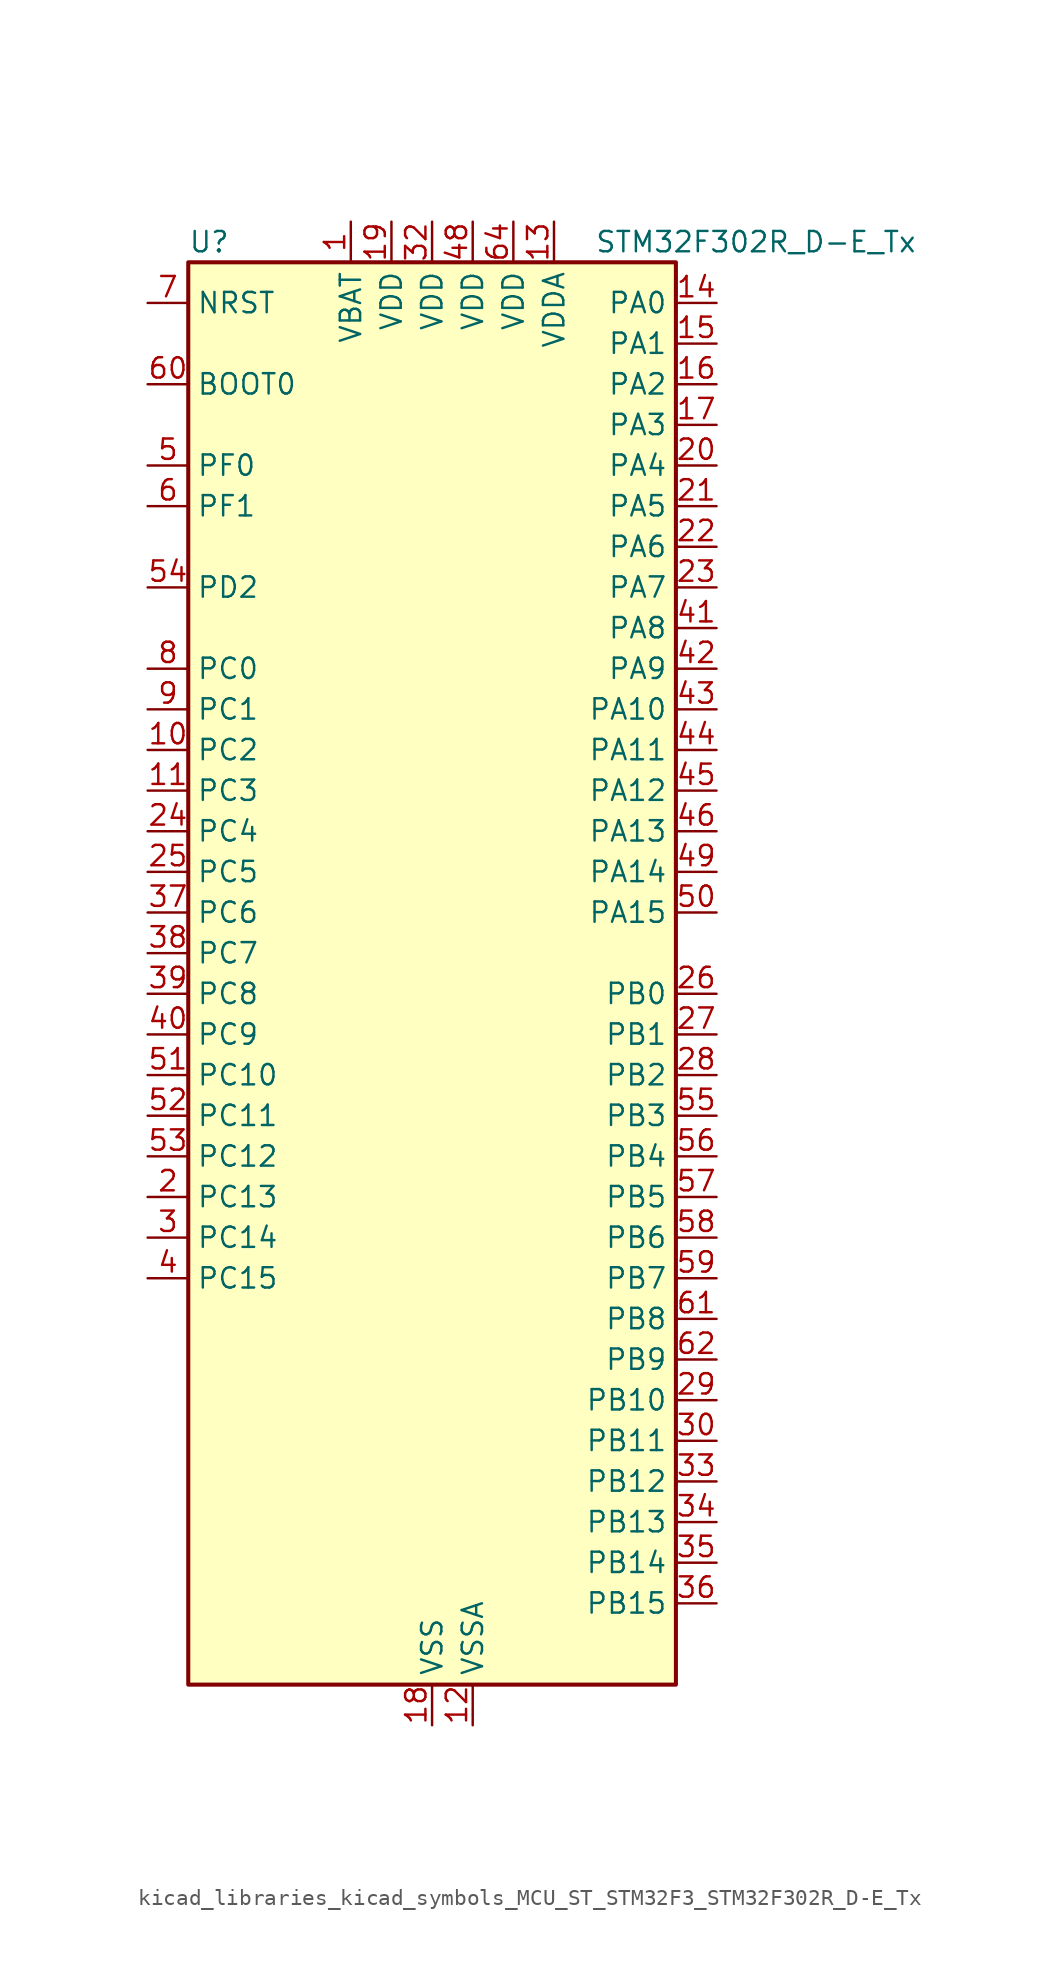
<source format=kicad_sym>
(kicad_symbol_lib
  (version 20220914)
  (generator kicad_symbol_editor)
  (symbol "kicad_libraries_kicad_symbols_MCU_ST_STM32F3_STM32F302R_D-E_Tx"
    (property "Reference" "U"
      (at -15.24 46.99 0)
      (effects (font (size 1.27 1.27)) (justify left)))
    (property "Value" "STM32F302R_D-E_Tx"
      (at 10.16 46.99 0)
      (effects (font (size 1.27 1.27)) (justify left)))
    (property "ki_locked" ""
      (at 0 0 0)
      (effects (font (size 1.27 1.27))))
    (symbol "kicad_libraries_kicad_symbols_MCU_ST_STM32F3_STM32F302R_D-E_Tx_0_1"
      (rectangle (start -15.24 -43.18) (end 15.24 45.72) (stroke (width 0.254) (type default)) (fill (type background))))
    (symbol "kicad_libraries_kicad_symbols_MCU_ST_STM32F3_STM32F302R_D-E_Tx_1_1"
      (pin power_in line (at -5.08 48.26 270) (length 2.54) (name "VBAT" (effects (font (size 1.27 1.27)))) (number "1" (effects (font (size 1.27 1.27)))))
      (pin bidirectional line (at -17.78 15.24 0) (length 2.54) (name "PC2" (effects (font (size 1.27 1.27)))) (number "10" (effects (font (size 1.27 1.27)))) (alternate "ADC1_IN8" bidirectional line) (alternate "ADC2_IN8" bidirectional line) (alternate "TIM1_CH3" bidirectional line))
      (pin bidirectional line (at -17.78 12.7 0) (length 2.54) (name "PC3" (effects (font (size 1.27 1.27)))) (number "11" (effects (font (size 1.27 1.27)))) (alternate "ADC1_IN9" bidirectional line) (alternate "ADC2_IN9" bidirectional line) (alternate "TIM1_BKIN2" bidirectional line) (alternate "TIM1_CH4" bidirectional line))
      (pin power_in line (at 2.54 -45.72 90) (length 2.54) (name "VSSA" (effects (font (size 1.27 1.27)))) (number "12" (effects (font (size 1.27 1.27)))))
      (pin power_in line (at 7.62 48.26 270) (length 2.54) (name "VDDA" (effects (font (size 1.27 1.27)))) (number "13" (effects (font (size 1.27 1.27)))))
      (pin bidirectional line (at 17.78 43.18 180) (length 2.54) (name "PA0" (effects (font (size 1.27 1.27)))) (number "14" (effects (font (size 1.27 1.27)))) (alternate "ADC1_IN1" bidirectional line) (alternate "COMP1_INM" bidirectional line) (alternate "COMP1_OUT" bidirectional line) (alternate "RTC_TAMP2" bidirectional line) (alternate "SYS_WKUP1" bidirectional line) (alternate "TIM2_CH1" bidirectional line) (alternate "TIM2_ETR" bidirectional line) (alternate "TSC_G1_IO1" bidirectional line) (alternate "USART2_CTS" bidirectional line))
      (pin bidirectional line (at 17.78 40.64 180) (length 2.54) (name "PA1" (effects (font (size 1.27 1.27)))) (number "15" (effects (font (size 1.27 1.27)))) (alternate "ADC1_IN2" bidirectional line) (alternate "COMP1_INP" bidirectional line) (alternate "OPAMP1_VINP" bidirectional line) (alternate "OPAMP1_VINP_SEC" bidirectional line) (alternate "RTC_REFIN" bidirectional line) (alternate "TIM15_CH1N" bidirectional line) (alternate "TIM2_CH2" bidirectional line) (alternate "TSC_G1_IO2" bidirectional line) (alternate "USART2_DE" bidirectional line) (alternate "USART2_RTS" bidirectional line))
      (pin bidirectional line (at 17.78 38.1 180) (length 2.54) (name "PA2" (effects (font (size 1.27 1.27)))) (number "16" (effects (font (size 1.27 1.27)))) (alternate "ADC1_IN3" bidirectional line) (alternate "COMP2_INM" bidirectional line) (alternate "COMP2_OUT" bidirectional line) (alternate "OPAMP1_VOUT" bidirectional line) (alternate "TIM15_CH1" bidirectional line) (alternate "TIM2_CH3" bidirectional line) (alternate "TSC_G1_IO3" bidirectional line) (alternate "USART2_TX" bidirectional line))
      (pin bidirectional line (at 17.78 35.56 180) (length 2.54) (name "PA3" (effects (font (size 1.27 1.27)))) (number "17" (effects (font (size 1.27 1.27)))) (alternate "ADC1_IN4" bidirectional line) (alternate "OPAMP1_VINM" bidirectional line) (alternate "OPAMP1_VINM_SEC" bidirectional line) (alternate "OPAMP1_VINP" bidirectional line) (alternate "OPAMP1_VINP_SEC" bidirectional line) (alternate "TIM15_CH2" bidirectional line) (alternate "TIM2_CH4" bidirectional line) (alternate "TSC_G1_IO4" bidirectional line) (alternate "USART2_RX" bidirectional line))
      (pin power_in line (at 0 -45.72 90) (length 2.54) (name "VSS" (effects (font (size 1.27 1.27)))) (number "18" (effects (font (size 1.27 1.27)))))
      (pin power_in line (at -2.54 48.26 270) (length 2.54) (name "VDD" (effects (font (size 1.27 1.27)))) (number "19" (effects (font (size 1.27 1.27)))))
      (pin bidirectional line (at -17.78 -12.7 0) (length 2.54) (name "PC13" (effects (font (size 1.27 1.27)))) (number "2" (effects (font (size 1.27 1.27)))) (alternate "RTC_OUT_ALARM" bidirectional line) (alternate "RTC_OUT_CALIB" bidirectional line) (alternate "RTC_TAMP1" bidirectional line) (alternate "RTC_TS" bidirectional line) (alternate "SYS_WKUP2" bidirectional line) (alternate "TIM1_CH1N" bidirectional line))
      (pin bidirectional line (at 17.78 33.02 180) (length 2.54) (name "PA4" (effects (font (size 1.27 1.27)))) (number "20" (effects (font (size 1.27 1.27)))) (alternate "ADC2_IN1" bidirectional line) (alternate "COMP1_INM" bidirectional line) (alternate "COMP2_INM" bidirectional line) (alternate "COMP4_INM" bidirectional line) (alternate "COMP6_INM" bidirectional line) (alternate "DAC1_OUT1" bidirectional line) (alternate "I2S3_WS" bidirectional line) (alternate "SPI1_NSS" bidirectional line) (alternate "SPI3_NSS" bidirectional line) (alternate "TIM3_CH2" bidirectional line) (alternate "TSC_G2_IO1" bidirectional line) (alternate "USART2_CK" bidirectional line))
      (pin bidirectional line (at 17.78 30.48 180) (length 2.54) (name "PA5" (effects (font (size 1.27 1.27)))) (number "21" (effects (font (size 1.27 1.27)))) (alternate "ADC2_IN2" bidirectional line) (alternate "COMP1_INM" bidirectional line) (alternate "COMP2_INM" bidirectional line) (alternate "COMP4_INM" bidirectional line) (alternate "COMP6_INM" bidirectional line) (alternate "OPAMP1_VINP" bidirectional line) (alternate "OPAMP1_VINP_SEC" bidirectional line) (alternate "OPAMP2_VINM" bidirectional line) (alternate "OPAMP2_VINM_SEC" bidirectional line) (alternate "SPI1_SCK" bidirectional line) (alternate "TIM2_CH1" bidirectional line) (alternate "TIM2_ETR" bidirectional line) (alternate "TSC_G2_IO2" bidirectional line))
      (pin bidirectional line (at 17.78 27.94 180) (length 2.54) (name "PA6" (effects (font (size 1.27 1.27)))) (number "22" (effects (font (size 1.27 1.27)))) (alternate "ADC2_IN3" bidirectional line) (alternate "COMP1_OUT" bidirectional line) (alternate "OPAMP2_VOUT" bidirectional line) (alternate "SPI1_MISO" bidirectional line) (alternate "TIM16_CH1" bidirectional line) (alternate "TIM1_BKIN" bidirectional line) (alternate "TIM3_CH1" bidirectional line) (alternate "TSC_G2_IO3" bidirectional line))
      (pin bidirectional line (at 17.78 25.4 180) (length 2.54) (name "PA7" (effects (font (size 1.27 1.27)))) (number "23" (effects (font (size 1.27 1.27)))) (alternate "ADC2_IN4" bidirectional line) (alternate "COMP2_INP" bidirectional line) (alternate "OPAMP1_VINP" bidirectional line) (alternate "OPAMP1_VINP_SEC" bidirectional line) (alternate "OPAMP2_VINP" bidirectional line) (alternate "OPAMP2_VINP_SEC" bidirectional line) (alternate "SPI1_MOSI" bidirectional line) (alternate "TIM17_CH1" bidirectional line) (alternate "TIM1_CH1N" bidirectional line) (alternate "TIM3_CH2" bidirectional line) (alternate "TSC_G2_IO4" bidirectional line))
      (pin bidirectional line (at -17.78 10.16 0) (length 2.54) (name "PC4" (effects (font (size 1.27 1.27)))) (number "24" (effects (font (size 1.27 1.27)))) (alternate "ADC2_IN5" bidirectional line) (alternate "TIM1_ETR" bidirectional line) (alternate "USART1_TX" bidirectional line))
      (pin bidirectional line (at -17.78 7.62 0) (length 2.54) (name "PC5" (effects (font (size 1.27 1.27)))) (number "25" (effects (font (size 1.27 1.27)))) (alternate "ADC2_IN11" bidirectional line) (alternate "OPAMP1_VINM" bidirectional line) (alternate "OPAMP1_VINM_SEC" bidirectional line) (alternate "OPAMP2_VINM" bidirectional line) (alternate "OPAMP2_VINM_SEC" bidirectional line) (alternate "TIM15_BKIN" bidirectional line) (alternate "TSC_G3_IO1" bidirectional line) (alternate "USART1_RX" bidirectional line))
      (pin bidirectional line (at 17.78 0 180) (length 2.54) (name "PB0" (effects (font (size 1.27 1.27)))) (number "26" (effects (font (size 1.27 1.27)))) (alternate "COMP4_INP" bidirectional line) (alternate "OPAMP2_VINP" bidirectional line) (alternate "OPAMP2_VINP_SEC" bidirectional line) (alternate "TIM1_CH2N" bidirectional line) (alternate "TIM3_CH3" bidirectional line) (alternate "TSC_G3_IO2" bidirectional line))
      (pin bidirectional line (at 17.78 -2.54 180) (length 2.54) (name "PB1" (effects (font (size 1.27 1.27)))) (number "27" (effects (font (size 1.27 1.27)))) (alternate "COMP4_OUT" bidirectional line) (alternate "TIM1_CH3N" bidirectional line) (alternate "TIM3_CH4" bidirectional line) (alternate "TSC_G3_IO3" bidirectional line))
      (pin bidirectional line (at 17.78 -5.08 180) (length 2.54) (name "PB2" (effects (font (size 1.27 1.27)))) (number "28" (effects (font (size 1.27 1.27)))) (alternate "ADC2_IN12" bidirectional line) (alternate "COMP4_INM" bidirectional line) (alternate "TSC_G3_IO4" bidirectional line))
      (pin bidirectional line (at 17.78 -25.4 180) (length 2.54) (name "PB10" (effects (font (size 1.27 1.27)))) (number "29" (effects (font (size 1.27 1.27)))) (alternate "TIM2_CH3" bidirectional line) (alternate "TSC_SYNC" bidirectional line) (alternate "USART3_TX" bidirectional line))
      (pin bidirectional line (at -17.78 -15.24 0) (length 2.54) (name "PC14" (effects (font (size 1.27 1.27)))) (number "3" (effects (font (size 1.27 1.27)))) (alternate "RCC_OSC32_IN" bidirectional line))
      (pin bidirectional line (at 17.78 -27.94 180) (length 2.54) (name "PB11" (effects (font (size 1.27 1.27)))) (number "30" (effects (font (size 1.27 1.27)))) (alternate "ADC1_EXTI11" bidirectional line) (alternate "ADC1_IN14" bidirectional line) (alternate "ADC2_EXTI11" bidirectional line) (alternate "ADC2_IN14" bidirectional line) (alternate "COMP6_INP" bidirectional line) (alternate "TIM2_CH4" bidirectional line) (alternate "TSC_G6_IO1" bidirectional line) (alternate "USART3_RX" bidirectional line))
      (pin passive line (at 0 -45.72 90) (length 2.54) hide (name "VSS" (effects (font (size 1.27 1.27)))) (number "31" (effects (font (size 1.27 1.27)))))
      (pin power_in line (at 0 48.26 270) (length 2.54) (name "VDD" (effects (font (size 1.27 1.27)))) (number "32" (effects (font (size 1.27 1.27)))))
      (pin bidirectional line (at 17.78 -30.48 180) (length 2.54) (name "PB12" (effects (font (size 1.27 1.27)))) (number "33" (effects (font (size 1.27 1.27)))) (alternate "I2C2_SMBA" bidirectional line) (alternate "I2S2_WS" bidirectional line) (alternate "SPI2_NSS" bidirectional line) (alternate "TIM1_BKIN" bidirectional line) (alternate "TSC_G6_IO2" bidirectional line) (alternate "USART3_CK" bidirectional line))
      (pin bidirectional line (at 17.78 -33.02 180) (length 2.54) (name "PB13" (effects (font (size 1.27 1.27)))) (number "34" (effects (font (size 1.27 1.27)))) (alternate "I2S2_CK" bidirectional line) (alternate "SPI2_SCK" bidirectional line) (alternate "TIM1_CH1N" bidirectional line) (alternate "TSC_G6_IO3" bidirectional line) (alternate "USART3_CTS" bidirectional line))
      (pin bidirectional line (at 17.78 -35.56 180) (length 2.54) (name "PB14" (effects (font (size 1.27 1.27)))) (number "35" (effects (font (size 1.27 1.27)))) (alternate "I2S2_ext_SD" bidirectional line) (alternate "OPAMP2_VINP" bidirectional line) (alternate "OPAMP2_VINP_SEC" bidirectional line) (alternate "SPI2_MISO" bidirectional line) (alternate "TIM15_CH1" bidirectional line) (alternate "TIM1_CH2N" bidirectional line) (alternate "TSC_G6_IO4" bidirectional line) (alternate "USART3_DE" bidirectional line) (alternate "USART3_RTS" bidirectional line))
      (pin bidirectional line (at 17.78 -38.1 180) (length 2.54) (name "PB15" (effects (font (size 1.27 1.27)))) (number "36" (effects (font (size 1.27 1.27)))) (alternate "ADC1_EXTI15" bidirectional line) (alternate "ADC2_EXTI15" bidirectional line) (alternate "COMP6_INM" bidirectional line) (alternate "I2S2_SD" bidirectional line) (alternate "RTC_REFIN" bidirectional line) (alternate "SPI2_MOSI" bidirectional line) (alternate "TIM15_CH1N" bidirectional line) (alternate "TIM15_CH2" bidirectional line) (alternate "TIM1_CH3N" bidirectional line))
      (pin bidirectional line (at -17.78 5.08 0) (length 2.54) (name "PC6" (effects (font (size 1.27 1.27)))) (number "37" (effects (font (size 1.27 1.27)))) (alternate "COMP6_OUT" bidirectional line) (alternate "I2S2_MCK" bidirectional line) (alternate "TIM3_CH1" bidirectional line))
      (pin bidirectional line (at -17.78 2.54 0) (length 2.54) (name "PC7" (effects (font (size 1.27 1.27)))) (number "38" (effects (font (size 1.27 1.27)))) (alternate "I2S3_MCK" bidirectional line) (alternate "TIM3_CH2" bidirectional line))
      (pin bidirectional line (at -17.78 0 0) (length 2.54) (name "PC8" (effects (font (size 1.27 1.27)))) (number "39" (effects (font (size 1.27 1.27)))) (alternate "TIM3_CH3" bidirectional line))
      (pin bidirectional line (at -17.78 -17.78 0) (length 2.54) (name "PC15" (effects (font (size 1.27 1.27)))) (number "4" (effects (font (size 1.27 1.27)))) (alternate "ADC1_EXTI15" bidirectional line) (alternate "ADC2_EXTI15" bidirectional line) (alternate "RCC_OSC32_OUT" bidirectional line))
      (pin bidirectional line (at -17.78 -2.54 0) (length 2.54) (name "PC9" (effects (font (size 1.27 1.27)))) (number "40" (effects (font (size 1.27 1.27)))) (alternate "DAC1_EXTI9" bidirectional line) (alternate "I2C3_SDA" bidirectional line) (alternate "I2S_CKIN" bidirectional line) (alternate "TIM3_CH4" bidirectional line))
      (pin bidirectional line (at 17.78 22.86 180) (length 2.54) (name "PA8" (effects (font (size 1.27 1.27)))) (number "41" (effects (font (size 1.27 1.27)))) (alternate "I2C2_SMBA" bidirectional line) (alternate "I2C3_SCL" bidirectional line) (alternate "I2S2_MCK" bidirectional line) (alternate "RCC_MCO" bidirectional line) (alternate "TIM1_CH1" bidirectional line) (alternate "TIM4_ETR" bidirectional line) (alternate "USART1_CK" bidirectional line))
      (pin bidirectional line (at 17.78 20.32 180) (length 2.54) (name "PA9" (effects (font (size 1.27 1.27)))) (number "42" (effects (font (size 1.27 1.27)))) (alternate "DAC1_EXTI9" bidirectional line) (alternate "I2C2_SCL" bidirectional line) (alternate "I2C3_SMBA" bidirectional line) (alternate "I2S3_MCK" bidirectional line) (alternate "TIM15_BKIN" bidirectional line) (alternate "TIM1_CH2" bidirectional line) (alternate "TIM2_CH3" bidirectional line) (alternate "TSC_G4_IO1" bidirectional line) (alternate "USART1_TX" bidirectional line))
      (pin bidirectional line (at 17.78 17.78 180) (length 2.54) (name "PA10" (effects (font (size 1.27 1.27)))) (number "43" (effects (font (size 1.27 1.27)))) (alternate "COMP6_OUT" bidirectional line) (alternate "I2C2_SDA" bidirectional line) (alternate "I2S2_ext_SD" bidirectional line) (alternate "SPI2_MISO" bidirectional line) (alternate "TIM17_BKIN" bidirectional line) (alternate "TIM1_CH3" bidirectional line) (alternate "TIM2_CH4" bidirectional line) (alternate "TSC_G4_IO2" bidirectional line) (alternate "USART1_RX" bidirectional line))
      (pin bidirectional line (at 17.78 15.24 180) (length 2.54) (name "PA11" (effects (font (size 1.27 1.27)))) (number "44" (effects (font (size 1.27 1.27)))) (alternate "ADC1_EXTI11" bidirectional line) (alternate "ADC2_EXTI11" bidirectional line) (alternate "CAN_RX" bidirectional line) (alternate "COMP1_OUT" bidirectional line) (alternate "I2S2_SD" bidirectional line) (alternate "SPI2_MOSI" bidirectional line) (alternate "TIM1_BKIN2" bidirectional line) (alternate "TIM1_CH1N" bidirectional line) (alternate "TIM1_CH4" bidirectional line) (alternate "TIM4_CH1" bidirectional line) (alternate "USART1_CTS" bidirectional line) (alternate "USB_DM" bidirectional line))
      (pin bidirectional line (at 17.78 12.7 180) (length 2.54) (name "PA12" (effects (font (size 1.27 1.27)))) (number "45" (effects (font (size 1.27 1.27)))) (alternate "CAN_TX" bidirectional line) (alternate "COMP2_OUT" bidirectional line) (alternate "I2S_CKIN" bidirectional line) (alternate "TIM16_CH1" bidirectional line) (alternate "TIM1_CH2N" bidirectional line) (alternate "TIM1_ETR" bidirectional line) (alternate "TIM4_CH2" bidirectional line) (alternate "USART1_DE" bidirectional line) (alternate "USART1_RTS" bidirectional line) (alternate "USB_DP" bidirectional line))
      (pin bidirectional line (at 17.78 10.16 180) (length 2.54) (name "PA13" (effects (font (size 1.27 1.27)))) (number "46" (effects (font (size 1.27 1.27)))) (alternate "IR_OUT" bidirectional line) (alternate "SYS_JTMS-SWDIO" bidirectional line) (alternate "TIM16_CH1N" bidirectional line) (alternate "TIM4_CH3" bidirectional line) (alternate "TSC_G4_IO3" bidirectional line) (alternate "USART3_CTS" bidirectional line))
      (pin passive line (at 0 -45.72 90) (length 2.54) hide (name "VSS" (effects (font (size 1.27 1.27)))) (number "47" (effects (font (size 1.27 1.27)))))
      (pin power_in line (at 2.54 48.26 270) (length 2.54) (name "VDD" (effects (font (size 1.27 1.27)))) (number "48" (effects (font (size 1.27 1.27)))))
      (pin bidirectional line (at 17.78 7.62 180) (length 2.54) (name "PA14" (effects (font (size 1.27 1.27)))) (number "49" (effects (font (size 1.27 1.27)))) (alternate "I2C1_SDA" bidirectional line) (alternate "SYS_JTCK-SWCLK" bidirectional line) (alternate "TIM1_BKIN" bidirectional line) (alternate "TSC_G4_IO4" bidirectional line) (alternate "USART2_TX" bidirectional line))
      (pin bidirectional line (at -17.78 33.02 0) (length 2.54) (name "PF0" (effects (font (size 1.27 1.27)))) (number "5" (effects (font (size 1.27 1.27)))) (alternate "I2C2_SDA" bidirectional line) (alternate "I2S2_WS" bidirectional line) (alternate "RCC_OSC_IN" bidirectional line) (alternate "SPI2_NSS" bidirectional line) (alternate "TIM1_CH3N" bidirectional line))
      (pin bidirectional line (at 17.78 5.08 180) (length 2.54) (name "PA15" (effects (font (size 1.27 1.27)))) (number "50" (effects (font (size 1.27 1.27)))) (alternate "ADC1_EXTI15" bidirectional line) (alternate "ADC2_EXTI15" bidirectional line) (alternate "I2C1_SCL" bidirectional line) (alternate "I2S3_WS" bidirectional line) (alternate "SPI1_NSS" bidirectional line) (alternate "SPI3_NSS" bidirectional line) (alternate "SYS_JTDI" bidirectional line) (alternate "TIM1_BKIN" bidirectional line) (alternate "TIM2_CH1" bidirectional line) (alternate "TIM2_ETR" bidirectional line) (alternate "TSC_SYNC" bidirectional line) (alternate "USART2_RX" bidirectional line))
      (pin bidirectional line (at -17.78 -5.08 0) (length 2.54) (name "PC10" (effects (font (size 1.27 1.27)))) (number "51" (effects (font (size 1.27 1.27)))) (alternate "I2S3_CK" bidirectional line) (alternate "SPI3_SCK" bidirectional line) (alternate "UART4_TX" bidirectional line) (alternate "USART3_TX" bidirectional line))
      (pin bidirectional line (at -17.78 -7.62 0) (length 2.54) (name "PC11" (effects (font (size 1.27 1.27)))) (number "52" (effects (font (size 1.27 1.27)))) (alternate "ADC1_EXTI11" bidirectional line) (alternate "ADC2_EXTI11" bidirectional line) (alternate "I2S3_ext_SD" bidirectional line) (alternate "SPI3_MISO" bidirectional line) (alternate "UART4_RX" bidirectional line) (alternate "USART3_RX" bidirectional line))
      (pin bidirectional line (at -17.78 -10.16 0) (length 2.54) (name "PC12" (effects (font (size 1.27 1.27)))) (number "53" (effects (font (size 1.27 1.27)))) (alternate "I2S3_SD" bidirectional line) (alternate "SPI3_MOSI" bidirectional line) (alternate "UART5_TX" bidirectional line) (alternate "USART3_CK" bidirectional line))
      (pin bidirectional line (at -17.78 25.4 0) (length 2.54) (name "PD2" (effects (font (size 1.27 1.27)))) (number "54" (effects (font (size 1.27 1.27)))) (alternate "TIM3_ETR" bidirectional line) (alternate "UART5_RX" bidirectional line))
      (pin bidirectional line (at 17.78 -7.62 180) (length 2.54) (name "PB3" (effects (font (size 1.27 1.27)))) (number "55" (effects (font (size 1.27 1.27)))) (alternate "I2S3_CK" bidirectional line) (alternate "SPI1_SCK" bidirectional line) (alternate "SPI3_SCK" bidirectional line) (alternate "SYS_JTDO-TRACESWO" bidirectional line) (alternate "TIM2_CH2" bidirectional line) (alternate "TIM3_ETR" bidirectional line) (alternate "TIM4_ETR" bidirectional line) (alternate "TSC_G5_IO1" bidirectional line) (alternate "USART2_TX" bidirectional line))
      (pin bidirectional line (at 17.78 -10.16 180) (length 2.54) (name "PB4" (effects (font (size 1.27 1.27)))) (number "56" (effects (font (size 1.27 1.27)))) (alternate "I2S3_ext_SD" bidirectional line) (alternate "SPI1_MISO" bidirectional line) (alternate "SPI3_MISO" bidirectional line) (alternate "SYS_NJTRST" bidirectional line) (alternate "TIM16_CH1" bidirectional line) (alternate "TIM17_BKIN" bidirectional line) (alternate "TIM3_CH1" bidirectional line) (alternate "TSC_G5_IO2" bidirectional line) (alternate "USART2_RX" bidirectional line))
      (pin bidirectional line (at 17.78 -12.7 180) (length 2.54) (name "PB5" (effects (font (size 1.27 1.27)))) (number "57" (effects (font (size 1.27 1.27)))) (alternate "I2C1_SMBA" bidirectional line) (alternate "I2C3_SDA" bidirectional line) (alternate "I2S3_SD" bidirectional line) (alternate "SPI1_MOSI" bidirectional line) (alternate "SPI3_MOSI" bidirectional line) (alternate "TIM16_BKIN" bidirectional line) (alternate "TIM17_CH1" bidirectional line) (alternate "TIM3_CH2" bidirectional line) (alternate "USART2_CK" bidirectional line))
      (pin bidirectional line (at 17.78 -15.24 180) (length 2.54) (name "PB6" (effects (font (size 1.27 1.27)))) (number "58" (effects (font (size 1.27 1.27)))) (alternate "I2C1_SCL" bidirectional line) (alternate "TIM16_CH1N" bidirectional line) (alternate "TIM4_CH1" bidirectional line) (alternate "TSC_G5_IO3" bidirectional line) (alternate "USART1_TX" bidirectional line))
      (pin bidirectional line (at 17.78 -17.78 180) (length 2.54) (name "PB7" (effects (font (size 1.27 1.27)))) (number "59" (effects (font (size 1.27 1.27)))) (alternate "I2C1_SDA" bidirectional line) (alternate "TIM17_CH1N" bidirectional line) (alternate "TIM3_CH4" bidirectional line) (alternate "TIM4_CH2" bidirectional line) (alternate "TSC_G5_IO4" bidirectional line) (alternate "USART1_RX" bidirectional line))
      (pin bidirectional line (at -17.78 30.48 0) (length 2.54) (name "PF1" (effects (font (size 1.27 1.27)))) (number "6" (effects (font (size 1.27 1.27)))) (alternate "I2C2_SCL" bidirectional line) (alternate "I2S2_CK" bidirectional line) (alternate "RCC_OSC_OUT" bidirectional line) (alternate "SPI2_SCK" bidirectional line))
      (pin input line (at -17.78 38.1 0) (length 2.54) (name "BOOT0" (effects (font (size 1.27 1.27)))) (number "60" (effects (font (size 1.27 1.27)))))
      (pin bidirectional line (at 17.78 -20.32 180) (length 2.54) (name "PB8" (effects (font (size 1.27 1.27)))) (number "61" (effects (font (size 1.27 1.27)))) (alternate "CAN_RX" bidirectional line) (alternate "COMP1_OUT" bidirectional line) (alternate "I2C1_SCL" bidirectional line) (alternate "TIM16_CH1" bidirectional line) (alternate "TIM1_BKIN" bidirectional line) (alternate "TIM4_CH3" bidirectional line) (alternate "TSC_SYNC" bidirectional line) (alternate "USART3_RX" bidirectional line))
      (pin bidirectional line (at 17.78 -22.86 180) (length 2.54) (name "PB9" (effects (font (size 1.27 1.27)))) (number "62" (effects (font (size 1.27 1.27)))) (alternate "CAN_TX" bidirectional line) (alternate "COMP2_OUT" bidirectional line) (alternate "DAC1_EXTI9" bidirectional line) (alternate "I2C1_SDA" bidirectional line) (alternate "IR_OUT" bidirectional line) (alternate "TIM17_CH1" bidirectional line) (alternate "TIM4_CH4" bidirectional line) (alternate "USART3_TX" bidirectional line))
      (pin passive line (at 0 -45.72 90) (length 2.54) hide (name "VSS" (effects (font (size 1.27 1.27)))) (number "63" (effects (font (size 1.27 1.27)))))
      (pin power_in line (at 5.08 48.26 270) (length 2.54) (name "VDD" (effects (font (size 1.27 1.27)))) (number "64" (effects (font (size 1.27 1.27)))))
      (pin input line (at -17.78 43.18 0) (length 2.54) (name "NRST" (effects (font (size 1.27 1.27)))) (number "7" (effects (font (size 1.27 1.27)))))
      (pin bidirectional line (at -17.78 20.32 0) (length 2.54) (name "PC0" (effects (font (size 1.27 1.27)))) (number "8" (effects (font (size 1.27 1.27)))) (alternate "ADC1_IN6" bidirectional line) (alternate "ADC2_IN6" bidirectional line) (alternate "TIM1_CH1" bidirectional line))
      (pin bidirectional line (at -17.78 17.78 0) (length 2.54) (name "PC1" (effects (font (size 1.27 1.27)))) (number "9" (effects (font (size 1.27 1.27)))) (alternate "ADC1_IN7" bidirectional line) (alternate "ADC2_IN7" bidirectional line) (alternate "TIM1_CH2" bidirectional line)))))
</source>
